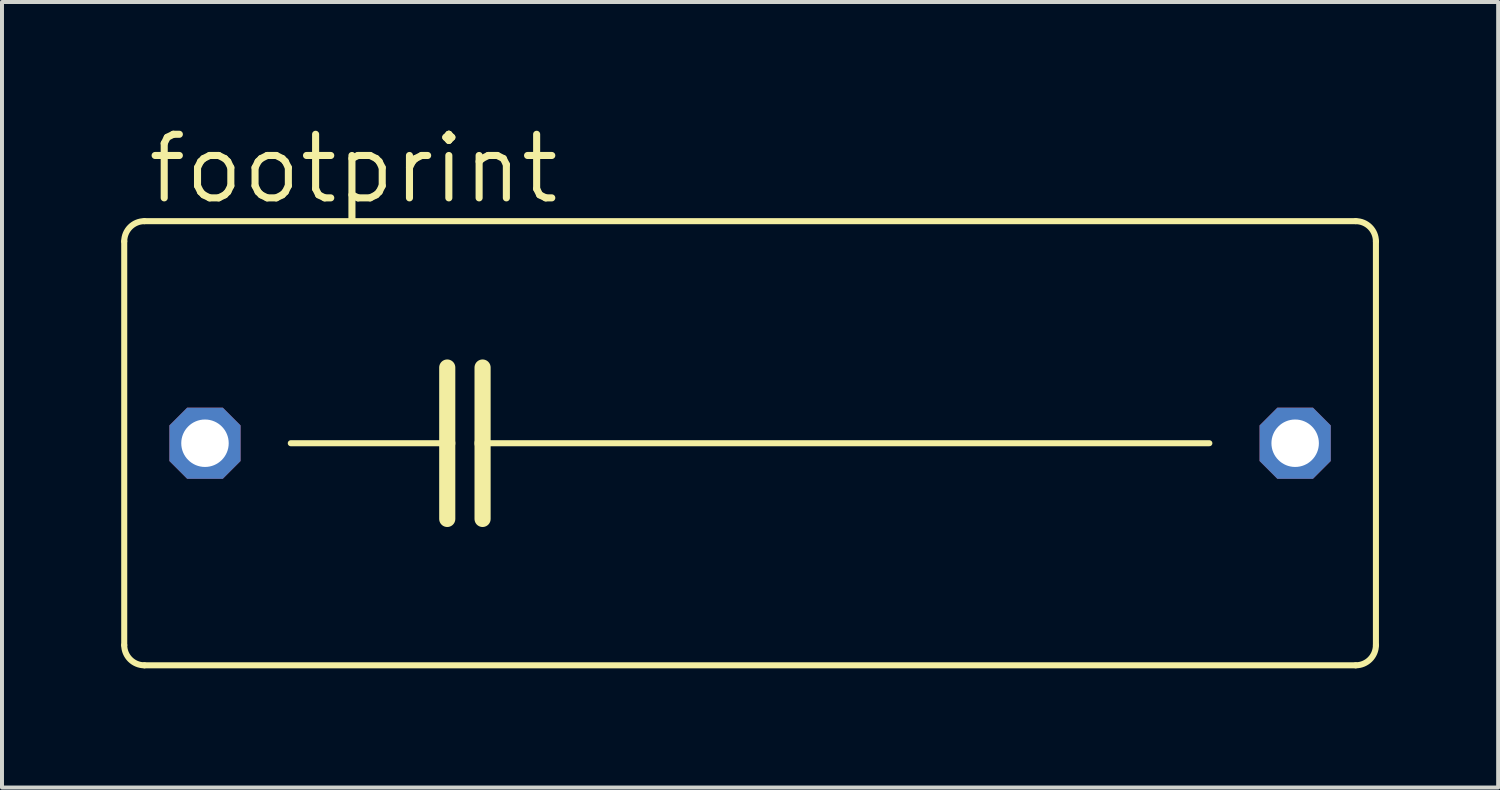
<source format=kicad_pcb>
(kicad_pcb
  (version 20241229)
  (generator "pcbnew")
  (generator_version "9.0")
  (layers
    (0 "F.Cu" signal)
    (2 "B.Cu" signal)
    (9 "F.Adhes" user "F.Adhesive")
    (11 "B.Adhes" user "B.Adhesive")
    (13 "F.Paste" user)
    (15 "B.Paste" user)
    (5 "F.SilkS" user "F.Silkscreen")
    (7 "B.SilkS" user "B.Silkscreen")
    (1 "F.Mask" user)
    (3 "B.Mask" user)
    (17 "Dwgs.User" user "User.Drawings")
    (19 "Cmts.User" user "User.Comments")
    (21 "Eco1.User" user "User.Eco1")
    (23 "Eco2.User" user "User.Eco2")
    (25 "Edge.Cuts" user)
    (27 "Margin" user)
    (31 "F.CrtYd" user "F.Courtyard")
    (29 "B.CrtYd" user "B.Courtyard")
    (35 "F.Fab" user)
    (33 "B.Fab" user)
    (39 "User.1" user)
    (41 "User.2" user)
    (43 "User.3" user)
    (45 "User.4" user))
  (footprint "footprint"
    (layer "F.Cu")
    (at 15.824 8.103)
    (property "Reference" "footprint" (at -15.24 -5.969 0) (layer "F.SilkS") (effects (font (size 1.6 1.6) (thickness 0.178)) (justify left bottom)))
    (fp_line (start -15.748 5.08) (end -15.748 -5.08) (stroke (width 0.152) (type solid)) (layer "F.SilkS"))
    (fp_line (start -15.24 -5.588) (end 15.24 -5.588) (stroke (width 0.152) (type solid)) (layer "F.SilkS"))
    (fp_line (start -11.557 0) (end -7.62 0) (stroke (width 0.152) (type solid)) (layer "F.SilkS"))
    (fp_line (start -7.62 -1.905) (end -7.62 0) (stroke (width 0.406) (type solid)) (layer "F.SilkS"))
    (fp_line (start -7.62 0) (end -7.62 1.905) (stroke (width 0.406) (type solid)) (layer "F.SilkS"))
    (fp_line (start -6.731 -1.905) (end -6.731 0) (stroke (width 0.406) (type solid)) (layer "F.SilkS"))
    (fp_line (start -6.731 0) (end -6.731 1.905) (stroke (width 0.406) (type solid)) (layer "F.SilkS"))
    (fp_line (start -6.731 0) (end 11.557 0) (stroke (width 0.152) (type solid)) (layer "F.SilkS"))
    (fp_line (start 15.24 5.588) (end -15.24 5.588) (stroke (width 0.152) (type solid)) (layer "F.SilkS"))
    (fp_line (start 15.748 -5.08) (end 15.748 5.08) (stroke (width 0.152) (type solid)) (layer "F.SilkS"))
    (fp_arc (start -15.748 -5.08) (mid -15.59921 -5.43921) (end -15.24 -5.588) (stroke (width 0.1524) (type solid)) (layer "F.SilkS"))
    (fp_arc (start -15.24 5.588) (mid -15.59921 5.43921) (end -15.748 5.08) (stroke (width 0.1524) (type solid)) (layer "F.SilkS"))
    (fp_arc (start 15.24 -5.588) (mid 15.59921 -5.43921) (end 15.748 -5.08) (stroke (width 0.1524) (type solid)) (layer "F.SilkS"))
    (fp_arc (start 15.748 5.08) (mid 15.59921 5.43921) (end 15.24 5.588) (stroke (width 0.1524) (type solid)) (layer "F.SilkS"))
    (pad "1" thru_hole roundrect (at -13.716 0) (size 1.791 1.791) (drill 1.194) (layers "*.Cu" "*.Mask") (roundrect_rratio 0.25) (chamfer_ratio 0.25) (chamfer top_left top_right bottom_left bottom_right))
    (pad "2" thru_hole roundrect (at 13.716 0) (size 1.791 1.791) (drill 1.194) (layers "*.Cu" "*.Mask") (roundrect_rratio 0.25) (chamfer_ratio 0.25) (chamfer top_left top_right bottom_left bottom_right)))
  (gr_rect
    (start -3 -3)
    (end 34.648 16.767)
    (stroke (width 0.1) (type default))
    (fill no)
    (layer "Edge.Cuts")))
</source>
